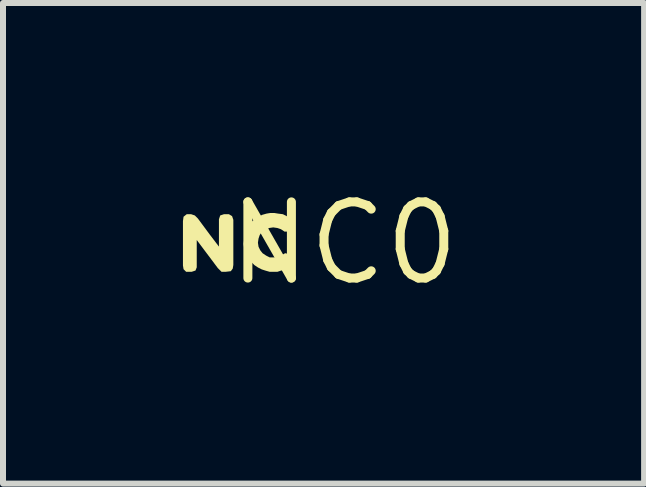
<source format=kicad_pcb>
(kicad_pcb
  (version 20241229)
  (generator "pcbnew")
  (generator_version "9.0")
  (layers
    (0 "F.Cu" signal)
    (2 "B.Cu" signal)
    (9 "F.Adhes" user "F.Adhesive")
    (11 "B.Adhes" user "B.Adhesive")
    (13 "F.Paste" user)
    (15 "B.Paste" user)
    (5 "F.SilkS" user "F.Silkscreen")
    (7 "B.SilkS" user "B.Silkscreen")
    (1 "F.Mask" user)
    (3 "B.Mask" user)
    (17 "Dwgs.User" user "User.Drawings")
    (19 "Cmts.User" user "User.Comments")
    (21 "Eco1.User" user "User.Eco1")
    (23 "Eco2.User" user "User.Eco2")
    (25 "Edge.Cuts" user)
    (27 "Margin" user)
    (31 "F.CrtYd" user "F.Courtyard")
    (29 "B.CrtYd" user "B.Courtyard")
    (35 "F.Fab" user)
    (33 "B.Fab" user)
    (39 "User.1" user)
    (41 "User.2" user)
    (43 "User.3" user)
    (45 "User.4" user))
  (footprint "NC0"
    (layer "F.Cu")
    (at 2.685 1.006)
    (property "Reference" "NC0" (at 0 0 0) (layer "F.SilkS") (effects (font (size 1.27 1.27) (thickness 0.15))))
    (fp_poly (pts (xy -2.487 -0.464) (xy -2.436 -0.413) (xy -2.236 -0.143) (xy -2.085 0.055) (xy -2.085 -0.401) (xy -2.064 -0.464) (xy -2.001 -0.485) (xy -1.919 -0.485) (xy -1.866 -0.453) (xy -1.845 -0.391) (xy -1.845 0.36) (xy -1.855 0.422) (xy -1.887 0.465) (xy -1.97 0.475) (xy -2.042 0.475) (xy -2.104 0.413) (xy -2.455 -0.055) (xy -2.455 0.401) (xy -2.476 0.454) (xy -2.539 0.475) (xy -2.632 0.475) (xy -2.675 0.432) (xy -2.685 0.37) (xy -2.685 -0.37) (xy -2.675 -0.443) (xy -2.622 -0.485) (xy -2.549 -0.485)) (stroke (width 0) (type default)) (fill yes) (layer "F.SilkS"))
    (fp_poly (pts (xy -1.099 -0.495) (xy -1.019 -0.485) (xy -0.958 -0.454) (xy -0.907 -0.424) (xy -0.855 -0.372) (xy -0.845 -0.309) (xy -0.886 -0.247) (xy -0.938 -0.195) (xy -0.992 -0.195) (xy -1.052 -0.235) (xy -1.111 -0.255) (xy -1.18 -0.265) (xy -1.248 -0.255) (xy -1.308 -0.226) (xy -1.367 -0.196) (xy -1.405 -0.138) (xy -1.425 -0.079) (xy -1.435 -0.01) (xy -1.425 0.058) (xy -1.396 0.117) (xy -1.357 0.166) (xy -1.297 0.206) (xy -1.239 0.235) (xy -1.111 0.235) (xy -1.052 0.206) (xy -0.981 0.165) (xy -0.937 0.175) (xy -0.886 0.227) (xy -0.845 0.299) (xy -0.866 0.363) (xy -0.917 0.404) (xy -0.968 0.435) (xy -1.049 0.455) (xy -1.109 0.475) (xy -1.241 0.475) (xy -1.311 0.455) (xy -1.372 0.435) (xy -1.433 0.404) (xy -1.493 0.364) (xy -1.544 0.313) (xy -1.584 0.263) (xy -1.614 0.212) (xy -1.645 0.142) (xy -1.665 0.081) (xy -1.675 0.01) (xy -1.665 -0.06) (xy -1.665 -0.131) (xy -1.645 -0.192) (xy -1.614 -0.253) (xy -1.574 -0.313) (xy -1.534 -0.364) (xy -1.483 -0.404) (xy -1.423 -0.444) (xy -1.362 -0.475) (xy -1.291 -0.495) (xy -1.23 -0.505) (xy -1.16 -0.505)) (stroke (width 0) (type default)) (fill yes) (layer "F.SilkS")))
  (gr_rect
    (start -3 -3)
    (end 7.688 5.012)
    (stroke (width 0.1) (type default))
    (fill no)
    (layer "Edge.Cuts")))
</source>
